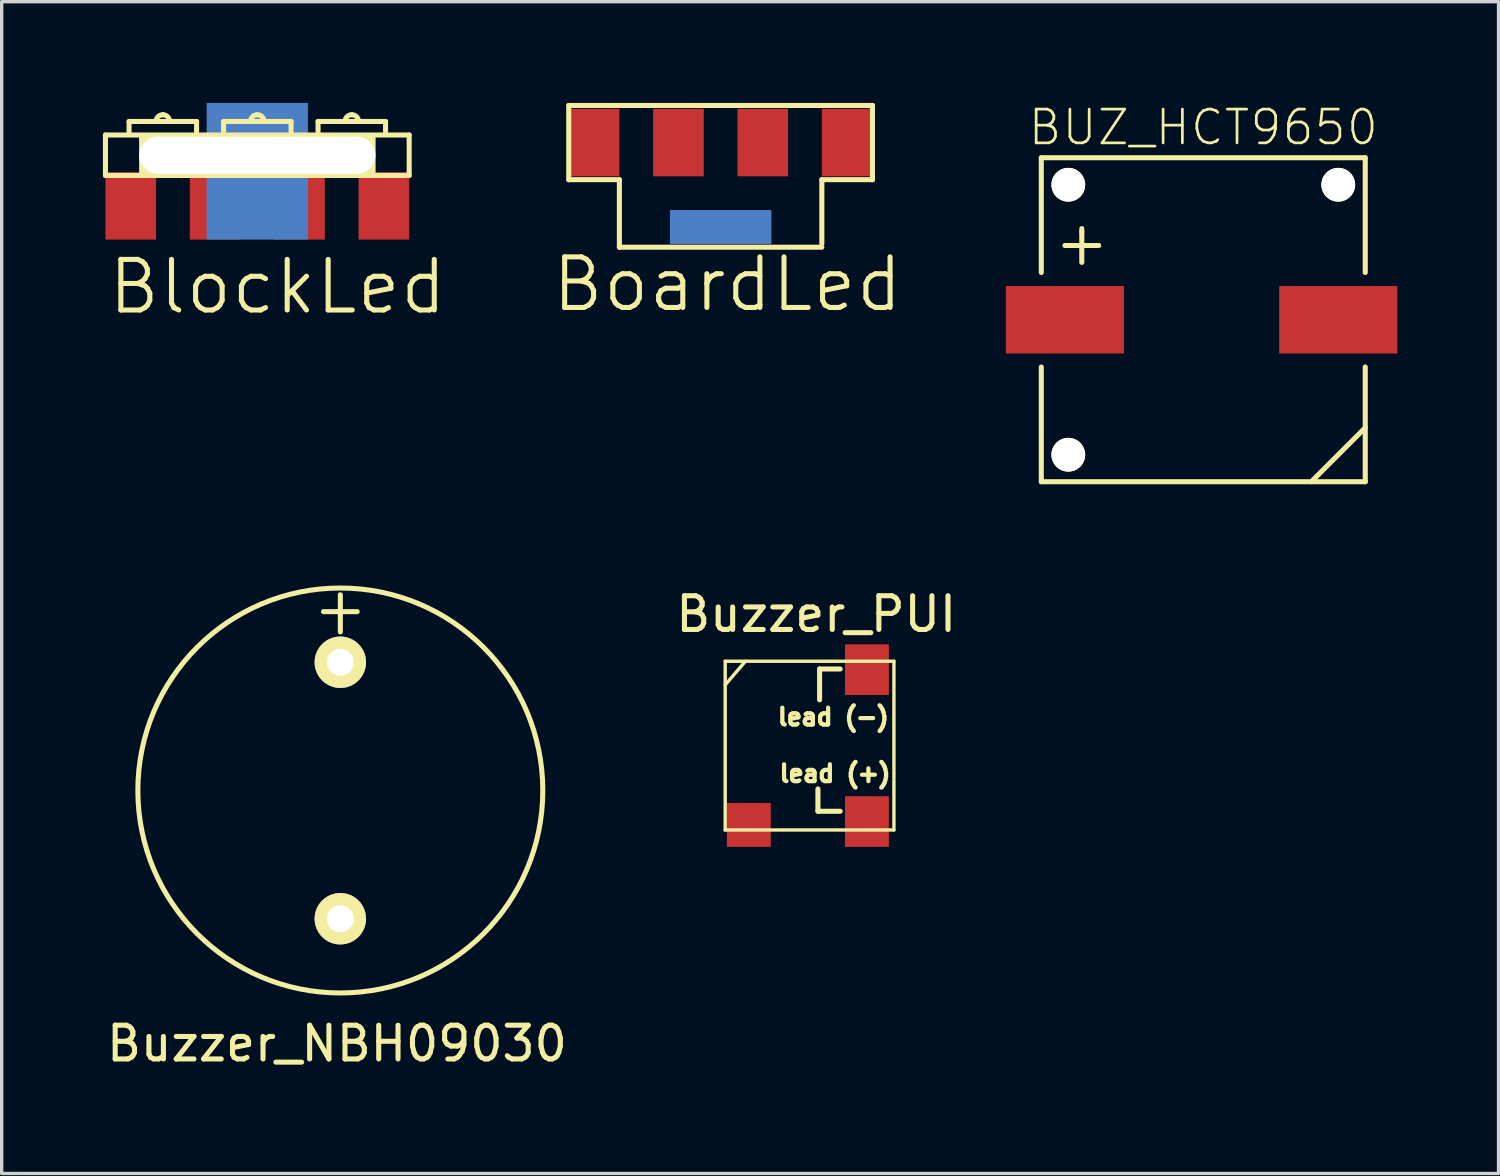
<source format=kicad_pcb>
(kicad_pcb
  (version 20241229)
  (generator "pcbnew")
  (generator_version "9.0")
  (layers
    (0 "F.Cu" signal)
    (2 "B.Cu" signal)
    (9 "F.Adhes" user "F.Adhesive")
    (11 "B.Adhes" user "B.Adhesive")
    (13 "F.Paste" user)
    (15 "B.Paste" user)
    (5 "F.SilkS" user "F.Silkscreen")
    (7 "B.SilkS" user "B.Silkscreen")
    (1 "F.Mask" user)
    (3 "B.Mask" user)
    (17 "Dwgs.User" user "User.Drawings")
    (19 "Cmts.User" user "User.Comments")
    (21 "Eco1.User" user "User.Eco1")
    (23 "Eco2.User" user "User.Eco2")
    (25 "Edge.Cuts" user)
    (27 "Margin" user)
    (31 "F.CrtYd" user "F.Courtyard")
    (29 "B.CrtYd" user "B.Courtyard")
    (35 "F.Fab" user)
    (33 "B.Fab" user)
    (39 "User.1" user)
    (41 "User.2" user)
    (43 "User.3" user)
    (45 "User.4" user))
  (footprint "BlockLed"
    (layer "F.Cu")
    (at 4.575 1.55)
    (property "Reference" "BlockLed" (at 0.6 3.9 0) (layer "F.SilkS") (effects (font (size 1.5 1.5) (thickness 0.15))))
    (attr through_hole)
    (fp_line (start -4.5 -0.6) (end 4.5 -0.6) (stroke (width 0.15) (type solid)) (layer "F.SilkS"))
    (fp_line (start -4.5 0.6) (end -4.5 -0.6) (stroke (width 0.15) (type solid)) (layer "F.SilkS"))
    (fp_line (start -4.5 0.6) (end 4.5 0.6) (stroke (width 0.15) (type solid)) (layer "F.SilkS"))
    (fp_line (start -3.8 -1) (end -1.8 -1) (stroke (width 0.15) (type solid)) (layer "F.SilkS"))
    (fp_line (start -3.8 -0.7) (end -3.8 -1) (stroke (width 0.15) (type solid)) (layer "F.SilkS"))
    (fp_line (start -1.8 -1) (end -1.8 -0.7) (stroke (width 0.15) (type solid)) (layer "F.SilkS"))
    (fp_line (start -1 -1) (end 1 -1) (stroke (width 0.15) (type solid)) (layer "F.SilkS"))
    (fp_line (start -1 -0.7) (end -1 -1) (stroke (width 0.15) (type solid)) (layer "F.SilkS"))
    (fp_line (start 1 -1) (end 1 -0.7) (stroke (width 0.15) (type solid)) (layer "F.SilkS"))
    (fp_line (start 1.8 -1) (end 3.8 -1) (stroke (width 0.15) (type solid)) (layer "F.SilkS"))
    (fp_line (start 1.8 -0.7) (end 1.8 -1) (stroke (width 0.15) (type solid)) (layer "F.SilkS"))
    (fp_line (start 3.8 -1) (end 3.8 -0.7) (stroke (width 0.15) (type solid)) (layer "F.SilkS"))
    (fp_line (start 4.5 -0.6) (end 4.5 0.6) (stroke (width 0.15) (type solid)) (layer "F.SilkS"))
    (fp_arc (start -3 -1) (mid -2.941421 -1.141421) (end -2.8 -1.2) (stroke (width 0.15) (type solid)) (layer "F.SilkS"))
    (fp_arc (start -2.8 -1.2) (mid -2.658579 -1.141421) (end -2.6 -1) (stroke (width 0.15) (type solid)) (layer "F.SilkS"))
    (fp_arc (start -0.2 -1) (mid -0.141421 -1.141421) (end 0 -1.2) (stroke (width 0.15) (type solid)) (layer "F.SilkS"))
    (fp_arc (start 0 -1.2) (mid 0.141421 -1.141421) (end 0.2 -1) (stroke (width 0.15) (type solid)) (layer "F.SilkS"))
    (fp_arc (start 2.6 -1) (mid 2.658579 -1.141421) (end 2.8 -1.2) (stroke (width 0.15) (type solid)) (layer "F.SilkS"))
    (fp_arc (start 2.8 -1.2) (mid 2.941421 -1.141421) (end 3 -1) (stroke (width 0.15) (type solid)) (layer "F.SilkS"))
    (pad "" np_thru_hole rect (at 0 0) (size 7 1.1) (drill oval 7 1.1) (layers "*.Cu" "*.Mask" "F.SilkS"))
    (pad "1" smd rect (at -3.75 1.5) (size 1.5 2) (layers "F.Cu" "F.Mask" "F.Paste"))
    (pad "2" smd rect (at -1.25 1.5) (size 1.5 2) (layers "F.Cu" "F.Mask" "F.Paste"))
    (pad "3" smd rect (at 1.25 1.5) (size 1.5 2) (layers "F.Cu" "F.Mask" "F.Paste"))
    (pad "4" smd rect (at 3.75 1.5) (size 1.5 2) (layers "F.Cu" "F.Mask" "F.Paste"))
    (pad "5" smd rect (at 0 -1.05) (size 3 1) (layers "B.Cu" "B.Mask" "B.Paste"))
    (pad "5" smd rect (at 0 1.5) (size 3 2) (layers "B.Cu" "B.Mask" "B.Paste")))
  (footprint "BoardLed"
    (layer "F.Cu")
    (at 18.304 1.175)
    (property "Reference" "BoardLed" (at 0.2 4.2 0) (layer "F.SilkS") (effects (font (size 1.5 1.5) (thickness 0.15))))
    (attr through_hole)
    (fp_line (start -4.5 -1.1) (end 4.5 -1.1) (stroke (width 0.15) (type solid)) (layer "F.SilkS"))
    (fp_line (start -4.5 1.1) (end -4.5 -1.1) (stroke (width 0.15) (type solid)) (layer "F.SilkS"))
    (fp_line (start -4.5 1.1) (end -3 1.1) (stroke (width 0.15) (type solid)) (layer "F.SilkS"))
    (fp_line (start -3 3.1) (end -3 1.1) (stroke (width 0.15) (type solid)) (layer "F.SilkS"))
    (fp_line (start -3 3.1) (end 3 3.1) (stroke (width 0.15) (type solid)) (layer "F.SilkS"))
    (fp_line (start 3 3) (end 3 1.1) (stroke (width 0.15) (type solid)) (layer "F.SilkS"))
    (fp_line (start 4.5 -1.1) (end 4.5 1.1) (stroke (width 0.15) (type solid)) (layer "F.SilkS"))
    (fp_line (start 4.5 1.1) (end 3 1.1) (stroke (width 0.15) (type solid)) (layer "F.SilkS"))
    (pad "1" smd rect (at -3.75 0) (size 1.5 2) (layers "F.Cu" "F.Mask" "F.Paste"))
    (pad "2" smd rect (at -1.25 0) (size 1.5 2) (layers "F.Cu" "F.Mask" "F.Paste"))
    (pad "3" smd rect (at 1.25 0) (size 1.5 2) (layers "F.Cu" "F.Mask" "F.Paste"))
    (pad "4" smd rect (at 3.75 0) (size 1.5 2) (layers "F.Cu" "F.Mask" "F.Paste"))
    (pad "5" smd rect (at 0 2.5) (size 3 1) (layers "F.Cu" "F.Mask" "F.Paste"))
    (pad "5" smd rect (at 0 2.5) (size 3 1) (layers "B.Cu" "B.Mask" "B.Paste")))
  (footprint "Buzzer_NBH09030"
    (layer "F.Cu")
    (at 7.035 20.375)
    (property "Reference" "Buzzer_NBH09030" (at -0.1 7.5 0) (layer "F.SilkS") (effects (font (size 1 1) (thickness 0.15))))
    (attr through_hole)
    (fp_line (start -0.5 -5.3) (end 0.5 -5.3) (stroke (width 0.15) (type solid)) (layer "F.SilkS"))
    (fp_line (start 0 -5.8) (end 0 -4.7) (stroke (width 0.15) (type solid)) (layer "F.SilkS"))
    (fp_circle (center 0 0) (end 6 0) (stroke (width 0.15) (type solid)) (fill no) (layer "F.SilkS"))
    (pad "1" thru_hole circle (at 0 -3.8) (size 1.524 1.524) (drill 0.8) (layers "*.Cu" "*.Mask" "F.SilkS"))
    (pad "2" thru_hole circle (at 0 3.8) (size 1.524 1.524) (drill 0.8) (layers "*.Cu" "*.Mask" "F.SilkS")))
  (footprint "BUZ_HCT9650"
    (placed yes)
    (layer "F.Cu")
    (at 32.607 6.425)
    (property "Reference" "BUZ_HCT9650" (at 0 -5.7 0) (layer "F.SilkS") (effects (font (size 1 1) (thickness 0.08))))
    (attr through_hole)
    (fp_line (start -4.8 -4.8) (end -4.8 -1.4) (stroke (width 0.15) (type solid)) (layer "F.SilkS"))
    (fp_line (start -4.8 4.8) (end -4.8 1.4) (stroke (width 0.15) (type solid)) (layer "F.SilkS"))
    (fp_line (start -4.8 4.8) (end 4.8 4.8) (stroke (width 0.15) (type solid)) (layer "F.SilkS"))
    (fp_line (start -4.1 -2.2) (end -3.1 -2.2) (stroke (width 0.15) (type solid)) (layer "F.SilkS"))
    (fp_line (start -3.6 -2.6) (end -3.6 -2.7) (stroke (width 0.15) (type solid)) (layer "F.SilkS"))
    (fp_line (start -3.6 -2.6) (end -3.6 -1.7) (stroke (width 0.15) (type solid)) (layer "F.SilkS"))
    (fp_line (start 3.2 4.8) (end 4.8 3.2) (stroke (width 0.15) (type solid)) (layer "F.SilkS"))
    (fp_line (start 4.8 -4.8) (end -4.8 -4.8) (stroke (width 0.15) (type solid)) (layer "F.SilkS"))
    (fp_line (start 4.8 -4.8) (end 4.8 -1.4) (stroke (width 0.15) (type solid)) (layer "F.SilkS"))
    (fp_line (start 4.8 4.8) (end 4.8 1.4) (stroke (width 0.15) (type solid)) (layer "F.SilkS"))
    (pad "" np_thru_hole circle (at -4 -4) (size 1 1) (drill 1) (layers "*.Cu" "*.Mask" "F.SilkS"))
    (pad "" np_thru_hole circle (at -4 4) (size 1 1) (drill 1) (layers "*.Cu" "*.Mask" "F.SilkS"))
    (pad "" np_thru_hole circle (at 4 -4) (size 1 1) (drill 1) (layers "*.Cu" "*.Mask" "F.SilkS"))
    (pad "1" smd rect (at -4.1 0) (size 3.5 2) (layers "F.Cu" "F.Mask" "F.Paste"))
    (pad "2" smd rect (at 4 0) (size 3.5 2) (layers "F.Cu" "F.Mask" "F.Paste")))
  (footprint "Buzzer_PUI"
    (layer "F.Cu")
    (at 20.832 19.06)
    (property "Reference" "Buzzer_PUI" (at 0.305 -3.912 180) (layer "F.SilkS") (effects (font (size 1 1) (thickness 0.15))))
    (attr through_hole)
    (fp_line (start -2.392 -2.515) (end 2.608 -2.515) (stroke (width 0.1) (type solid)) (layer "F.SilkS"))
    (fp_line (start -2.392 -1.815) (end -1.792 -2.515) (stroke (width 0.1) (type solid)) (layer "F.SilkS"))
    (fp_line (start -2.392 2.485) (end -2.392 -2.515) (stroke (width 0.1) (type solid)) (layer "F.SilkS"))
    (fp_line (start 0.356 1.27) (end 0.356 1.93) (stroke (width 0.15) (type solid)) (layer "F.SilkS"))
    (fp_line (start 0.356 1.93) (end 1.016 1.93) (stroke (width 0.15) (type solid)) (layer "F.SilkS"))
    (fp_line (start 0.406 -2.286) (end 1.016 -2.286) (stroke (width 0.15) (type solid)) (layer "F.SilkS"))
    (fp_line (start 0.406 -1.372) (end 0.406 -2.286) (stroke (width 0.15) (type solid)) (layer "F.SilkS"))
    (fp_line (start 2.608 -2.515) (end 2.608 2.485) (stroke (width 0.1) (type solid)) (layer "F.SilkS"))
    (fp_line (start 2.608 2.485) (end -2.392 2.485) (stroke (width 0.1) (type solid)) (layer "F.SilkS"))
    (fp_text user "lead (+)" (at 0.864 0.813 0) (layer "F.SilkS") (effects (font (size 0.5 0.5) (thickness 0.125))))
    (fp_text user "lead (-)" (at 0.813 -0.864 0) (layer "F.SilkS") (effects (font (size 0.5 0.5) (thickness 0.125))))
    (pad "" smd rect (at -1.692 2.335 270) (size 1.3 1.3) (layers "F.Cu" "F.Mask" "F.Paste"))
    (pad "1" smd rect (at 1.808 2.235 270) (size 1.5 1.3) (layers "F.Cu" "F.Mask" "F.Paste"))
    (pad "2" smd rect (at 1.808 -2.265 270) (size 1.5 1.3) (layers "F.Cu" "F.Mask" "F.Paste")))
  (gr_rect
    (start -3 -3)
    (end 41.357 31.724)
    (stroke (width 0.1) (type default))
    (fill no)
    (layer "Edge.Cuts")))
</source>
